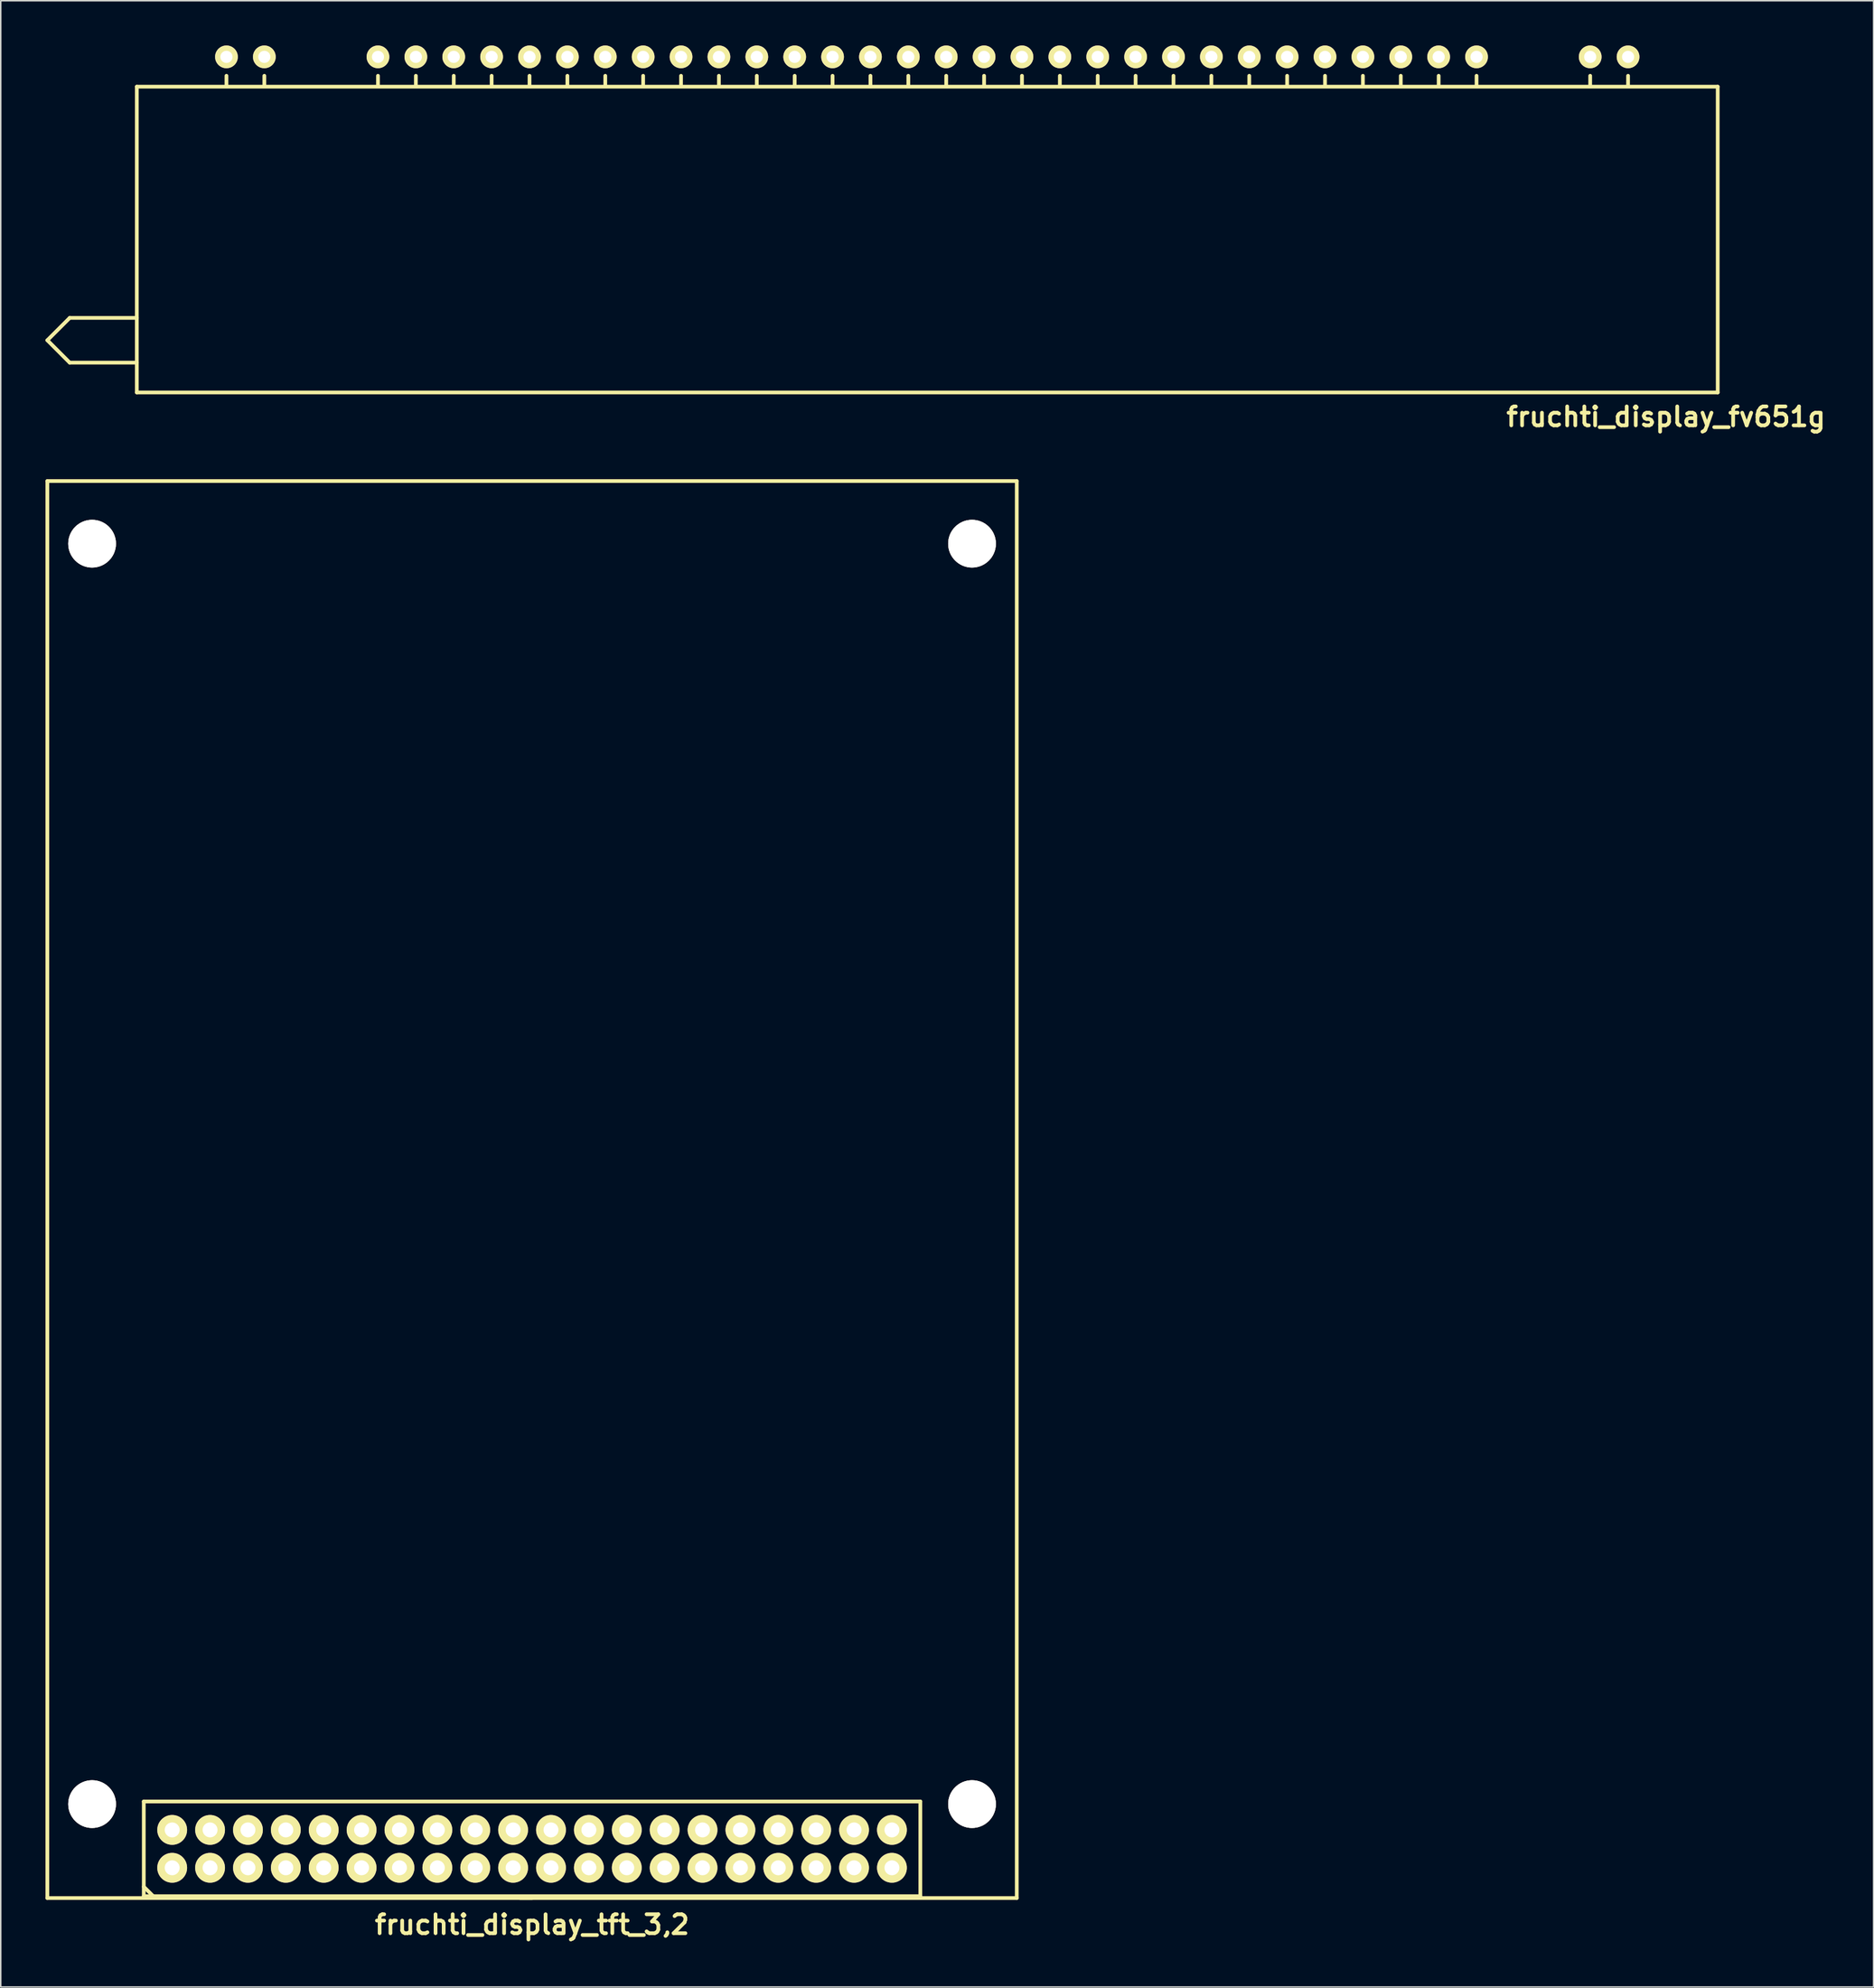
<source format=kicad_pcb>
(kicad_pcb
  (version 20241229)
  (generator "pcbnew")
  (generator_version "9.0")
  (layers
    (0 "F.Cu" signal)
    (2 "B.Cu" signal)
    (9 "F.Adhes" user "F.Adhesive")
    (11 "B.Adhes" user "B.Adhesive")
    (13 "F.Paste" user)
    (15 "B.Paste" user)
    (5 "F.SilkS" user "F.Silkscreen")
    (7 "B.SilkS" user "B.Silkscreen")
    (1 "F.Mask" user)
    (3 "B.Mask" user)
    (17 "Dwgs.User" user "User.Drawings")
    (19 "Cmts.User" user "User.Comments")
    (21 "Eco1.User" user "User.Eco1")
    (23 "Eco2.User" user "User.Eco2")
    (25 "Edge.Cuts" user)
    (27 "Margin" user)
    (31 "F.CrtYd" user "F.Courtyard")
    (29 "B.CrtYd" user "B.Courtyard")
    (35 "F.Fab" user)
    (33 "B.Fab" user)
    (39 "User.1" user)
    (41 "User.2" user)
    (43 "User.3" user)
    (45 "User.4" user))
  (footprint "fruchti_display_tft_3,2"
    (layer "F.Cu")
    (at 32.625 120.899)
    (property "Reference" "fruchti_display_tft_3,2" (at 0 5.08 0) (layer "F.SilkS") (effects (font (size 1.27 1.27) (thickness 0.25))))
    (attr through_hole)
    (fp_line (start -32.5 -91.7) (end -32.5 3.3) (stroke (width 0.25) (type solid)) (layer "F.SilkS"))
    (fp_line (start -32.5 3.3) (end 32.5 3.3) (stroke (width 0.25) (type solid)) (layer "F.SilkS"))
    (fp_line (start -26.035 -3.175) (end 26.035 -3.175) (stroke (width 0.25) (type solid)) (layer "F.SilkS"))
    (fp_line (start -26.035 2.54) (end -25.4 3.175) (stroke (width 0.25) (type solid)) (layer "F.SilkS"))
    (fp_line (start -26.035 3.175) (end -26.035 -3.175) (stroke (width 0.25) (type solid)) (layer "F.SilkS"))
    (fp_line (start 0 3.3) (end -0.8 3.3) (stroke (width 0.25) (type solid)) (layer "F.SilkS"))
    (fp_line (start 26.035 3.175) (end -26.035 3.175) (stroke (width 0.25) (type solid)) (layer "F.SilkS"))
    (fp_line (start 26.035 3.175) (end 26.035 -3.175) (stroke (width 0.25) (type solid)) (layer "F.SilkS"))
    (fp_line (start 32.5 -91.7) (end -32.5 -91.7) (stroke (width 0.25) (type solid)) (layer "F.SilkS"))
    (fp_line (start 32.5 3.3) (end 32.5 -91.7) (stroke (width 0.25) (type solid)) (layer "F.SilkS"))
    (pad "1" thru_hole circle (at -24.13 1.27) (size 1.999 1.999) (drill 1.001) (layers "*.Cu" "*.Mask" "F.SilkS"))
    (pad "2" thru_hole circle (at -21.59 1.27) (size 1.999 1.999) (drill 1.001) (layers "*.Cu" "*.Mask" "F.SilkS"))
    (pad "3" thru_hole circle (at -19.05 1.27) (size 1.999 1.999) (drill 1.001) (layers "*.Cu" "*.Mask" "F.SilkS"))
    (pad "4" thru_hole circle (at -16.51 1.27) (size 1.999 1.999) (drill 1.001) (layers "*.Cu" "*.Mask" "F.SilkS"))
    (pad "5" thru_hole circle (at -13.97 1.27) (size 1.999 1.999) (drill 1.001) (layers "*.Cu" "*.Mask" "F.SilkS"))
    (pad "6" thru_hole circle (at -11.43 1.27) (size 1.999 1.999) (drill 1.001) (layers "*.Cu" "*.Mask" "F.SilkS"))
    (pad "7" thru_hole circle (at -8.89 1.27) (size 1.999 1.999) (drill 1.001) (layers "*.Cu" "*.Mask" "F.SilkS"))
    (pad "8" thru_hole circle (at -6.35 1.27) (size 1.999 1.999) (drill 1.001) (layers "*.Cu" "*.Mask" "F.SilkS"))
    (pad "9" thru_hole circle (at -3.81 1.27) (size 1.999 1.999) (drill 1.001) (layers "*.Cu" "*.Mask" "F.SilkS"))
    (pad "10" thru_hole circle (at -1.27 1.27) (size 1.999 1.999) (drill 1.001) (layers "*.Cu" "*.Mask" "F.SilkS"))
    (pad "11" thru_hole circle (at 1.27 1.27) (size 1.999 1.999) (drill 1.001) (layers "*.Cu" "*.Mask" "F.SilkS"))
    (pad "12" thru_hole circle (at 3.81 1.27) (size 1.999 1.999) (drill 1.001) (layers "*.Cu" "*.Mask" "F.SilkS"))
    (pad "13" thru_hole circle (at 6.35 1.27) (size 1.999 1.999) (drill 1.001) (layers "*.Cu" "*.Mask" "F.SilkS"))
    (pad "14" thru_hole circle (at 8.89 1.27) (size 1.999 1.999) (drill 1.001) (layers "*.Cu" "*.Mask" "F.SilkS"))
    (pad "15" thru_hole circle (at 11.43 1.27) (size 1.999 1.999) (drill 1.001) (layers "*.Cu" "*.Mask" "F.SilkS"))
    (pad "16" thru_hole circle (at 13.97 1.27) (size 1.999 1.999) (drill 1.001) (layers "*.Cu" "*.Mask" "F.SilkS"))
    (pad "17" thru_hole circle (at 16.51 1.27) (size 1.999 1.999) (drill 1.001) (layers "*.Cu" "*.Mask" "F.SilkS"))
    (pad "18" thru_hole circle (at 19.05 1.27) (size 1.999 1.999) (drill 1.001) (layers "*.Cu" "*.Mask" "F.SilkS"))
    (pad "19" thru_hole circle (at 21.59 1.27) (size 1.999 1.999) (drill 1.001) (layers "*.Cu" "*.Mask" "F.SilkS"))
    (pad "20" thru_hole circle (at 24.13 1.27) (size 1.999 1.999) (drill 1.001) (layers "*.Cu" "*.Mask" "F.SilkS"))
    (pad "21" thru_hole circle (at -24.13 -1.27) (size 1.999 1.999) (drill 1.001) (layers "*.Cu" "*.Mask" "F.SilkS"))
    (pad "22" thru_hole circle (at -21.59 -1.27) (size 1.999 1.999) (drill 1.001) (layers "*.Cu" "*.Mask" "F.SilkS"))
    (pad "23" thru_hole circle (at -19.05 -1.27) (size 1.999 1.999) (drill 1.001) (layers "*.Cu" "*.Mask" "F.SilkS"))
    (pad "24" thru_hole circle (at -16.51 -1.27) (size 1.999 1.999) (drill 1.001) (layers "*.Cu" "*.Mask" "F.SilkS"))
    (pad "25" thru_hole circle (at -13.97 -1.27) (size 1.999 1.999) (drill 1.001) (layers "*.Cu" "*.Mask" "F.SilkS"))
    (pad "26" thru_hole circle (at -11.43 -1.27) (size 1.999 1.999) (drill 1.001) (layers "*.Cu" "*.Mask" "F.SilkS"))
    (pad "27" thru_hole circle (at -8.89 -1.27) (size 1.999 1.999) (drill 1.001) (layers "*.Cu" "*.Mask" "F.SilkS"))
    (pad "28" thru_hole circle (at -6.35 -1.27) (size 1.999 1.999) (drill 1.001) (layers "*.Cu" "*.Mask" "F.SilkS"))
    (pad "29" thru_hole circle (at -3.81 -1.27) (size 1.999 1.999) (drill 1.001) (layers "*.Cu" "*.Mask" "F.SilkS"))
    (pad "30" thru_hole circle (at -1.27 -1.27) (size 1.999 1.999) (drill 1.001) (layers "*.Cu" "*.Mask" "F.SilkS"))
    (pad "31" thru_hole circle (at 1.27 -1.27) (size 1.999 1.999) (drill 1.001) (layers "*.Cu" "*.Mask" "F.SilkS"))
    (pad "32" thru_hole circle (at 3.81 -1.27) (size 1.999 1.999) (drill 1.001) (layers "*.Cu" "*.Mask" "F.SilkS"))
    (pad "33" thru_hole circle (at 6.35 -1.27) (size 1.999 1.999) (drill 1.001) (layers "*.Cu" "*.Mask" "F.SilkS"))
    (pad "34" thru_hole circle (at 8.89 -1.27) (size 1.999 1.999) (drill 1.001) (layers "*.Cu" "*.Mask" "F.SilkS"))
    (pad "35" thru_hole circle (at 11.43 -1.27) (size 1.999 1.999) (drill 1.001) (layers "*.Cu" "*.Mask" "F.SilkS"))
    (pad "36" thru_hole circle (at 13.97 -1.27) (size 1.999 1.999) (drill 1.001) (layers "*.Cu" "*.Mask" "F.SilkS"))
    (pad "37" thru_hole circle (at 16.51 -1.27) (size 1.999 1.999) (drill 1.001) (layers "*.Cu" "*.Mask" "F.SilkS"))
    (pad "38" thru_hole circle (at 19.05 -1.27) (size 1.999 1.999) (drill 1.001) (layers "*.Cu" "*.Mask" "F.SilkS"))
    (pad "39" thru_hole circle (at 21.59 -1.27) (size 1.999 1.999) (drill 1.001) (layers "*.Cu" "*.Mask" "F.SilkS"))
    (pad "40" thru_hole circle (at 24.13 -1.27) (size 1.999 1.999) (drill 1.001) (layers "*.Cu" "*.Mask" "F.SilkS"))
    (pad "M" thru_hole circle (at -29.5 -87.5) (size 3.2 3.2) (drill 3.2) (layers "*.Cu" "*.Mask" "F.SilkS"))
    (pad "M" thru_hole circle (at -29.5 -3) (size 3.2 3.2) (drill 3.2) (layers "*.Cu" "*.Mask" "F.SilkS"))
    (pad "M" thru_hole circle (at 29.5 -87.5) (size 3.2 3.2) (drill 3.2) (layers "*.Cu" "*.Mask" "F.SilkS"))
    (pad "M" thru_hole circle (at 29.5 -3) (size 3.2 3.2) (drill 3.2) (layers "*.Cu" "*.Mask" "F.SilkS")))
  (footprint "fruchti_display_fv651g"
    (layer "F.Cu")
    (at 59.124 0.762)
    (property "Reference" "fruchti_display_fv651g" (at 49.53 24.13 0) (layer "F.SilkS") (effects (font (size 1.27 1.27) (thickness 0.25))))
    (attr through_hole)
    (fp_line (start -58.999 18.999) (end -57.501 17.501) (stroke (width 0.25) (type solid)) (layer "F.SilkS"))
    (fp_line (start -58.999 18.999) (end -57.501 20.5) (stroke (width 0.25) (type solid)) (layer "F.SilkS"))
    (fp_line (start -57.501 17.501) (end -53 17.501) (stroke (width 0.25) (type solid)) (layer "F.SilkS"))
    (fp_line (start -57.501 20.5) (end -53 20.5) (stroke (width 0.25) (type solid)) (layer "F.SilkS"))
    (fp_line (start -53 1.999) (end -53 22.499) (stroke (width 0.25) (type solid)) (layer "F.SilkS"))
    (fp_line (start -53 22.499) (end 53 22.499) (stroke (width 0.25) (type solid)) (layer "F.SilkS"))
    (fp_line (start -46.99 1.905) (end -46.99 1.27) (stroke (width 0.25) (type solid)) (layer "F.SilkS"))
    (fp_line (start -44.45 1.905) (end -44.45 1.27) (stroke (width 0.25) (type solid)) (layer "F.SilkS"))
    (fp_line (start -36.83 1.905) (end -36.83 1.27) (stroke (width 0.25) (type solid)) (layer "F.SilkS"))
    (fp_line (start -34.29 1.905) (end -34.29 1.27) (stroke (width 0.25) (type solid)) (layer "F.SilkS"))
    (fp_line (start -31.75 1.905) (end -31.75 1.27) (stroke (width 0.25) (type solid)) (layer "F.SilkS"))
    (fp_line (start -29.21 1.905) (end -29.21 1.27) (stroke (width 0.25) (type solid)) (layer "F.SilkS"))
    (fp_line (start -26.67 1.905) (end -26.67 1.27) (stroke (width 0.25) (type solid)) (layer "F.SilkS"))
    (fp_line (start -24.13 1.905) (end -24.13 1.27) (stroke (width 0.25) (type solid)) (layer "F.SilkS"))
    (fp_line (start -21.59 1.905) (end -21.59 1.27) (stroke (width 0.25) (type solid)) (layer "F.SilkS"))
    (fp_line (start -19.05 1.905) (end -19.05 1.27) (stroke (width 0.25) (type solid)) (layer "F.SilkS"))
    (fp_line (start -16.51 1.905) (end -16.51 1.27) (stroke (width 0.25) (type solid)) (layer "F.SilkS"))
    (fp_line (start -13.97 1.905) (end -13.97 1.27) (stroke (width 0.25) (type solid)) (layer "F.SilkS"))
    (fp_line (start -11.43 1.905) (end -11.43 1.27) (stroke (width 0.25) (type solid)) (layer "F.SilkS"))
    (fp_line (start -8.89 1.905) (end -8.89 1.27) (stroke (width 0.25) (type solid)) (layer "F.SilkS"))
    (fp_line (start -6.35 1.905) (end -6.35 1.27) (stroke (width 0.25) (type solid)) (layer "F.SilkS"))
    (fp_line (start -3.81 1.905) (end -3.81 1.27) (stroke (width 0.25) (type solid)) (layer "F.SilkS"))
    (fp_line (start -1.27 1.905) (end -1.27 1.27) (stroke (width 0.25) (type solid)) (layer "F.SilkS"))
    (fp_line (start 1.27 1.905) (end 1.27 1.27) (stroke (width 0.25) (type solid)) (layer "F.SilkS"))
    (fp_line (start 3.81 1.905) (end 3.81 1.27) (stroke (width 0.25) (type solid)) (layer "F.SilkS"))
    (fp_line (start 6.35 1.905) (end 6.35 1.27) (stroke (width 0.25) (type solid)) (layer "F.SilkS"))
    (fp_line (start 8.89 1.905) (end 8.89 1.27) (stroke (width 0.25) (type solid)) (layer "F.SilkS"))
    (fp_line (start 11.43 1.905) (end 11.43 1.27) (stroke (width 0.25) (type solid)) (layer "F.SilkS"))
    (fp_line (start 13.97 1.905) (end 13.97 1.27) (stroke (width 0.25) (type solid)) (layer "F.SilkS"))
    (fp_line (start 16.51 1.905) (end 16.51 1.27) (stroke (width 0.25) (type solid)) (layer "F.SilkS"))
    (fp_line (start 19.05 1.905) (end 19.05 1.27) (stroke (width 0.25) (type solid)) (layer "F.SilkS"))
    (fp_line (start 21.59 1.905) (end 21.59 1.27) (stroke (width 0.25) (type solid)) (layer "F.SilkS"))
    (fp_line (start 24.13 1.905) (end 24.13 1.27) (stroke (width 0.25) (type solid)) (layer "F.SilkS"))
    (fp_line (start 26.67 1.905) (end 26.67 1.27) (stroke (width 0.25) (type solid)) (layer "F.SilkS"))
    (fp_line (start 29.21 1.905) (end 29.21 1.27) (stroke (width 0.25) (type solid)) (layer "F.SilkS"))
    (fp_line (start 31.75 1.905) (end 31.75 1.27) (stroke (width 0.25) (type solid)) (layer "F.SilkS"))
    (fp_line (start 34.29 1.905) (end 34.29 1.27) (stroke (width 0.25) (type solid)) (layer "F.SilkS"))
    (fp_line (start 36.83 1.905) (end 36.83 1.27) (stroke (width 0.25) (type solid)) (layer "F.SilkS"))
    (fp_line (start 44.45 1.905) (end 44.45 1.27) (stroke (width 0.25) (type solid)) (layer "F.SilkS"))
    (fp_line (start 46.99 1.905) (end 46.99 1.27) (stroke (width 0.25) (type solid)) (layer "F.SilkS"))
    (fp_line (start 53 1.999) (end -53 1.999) (stroke (width 0.25) (type solid)) (layer "F.SilkS"))
    (fp_line (start 53 22.499) (end 53 1.999) (stroke (width 0.25) (type solid)) (layer "F.SilkS"))
    (pad "1" thru_hole circle (at 46.99 0) (size 1.524 1.524) (drill 0.813) (layers "*.Cu" "*.Mask" "F.SilkS"))
    (pad "2" thru_hole circle (at 44.45 0) (size 1.524 1.524) (drill 0.813) (layers "*.Cu" "*.Mask" "F.SilkS"))
    (pad "5" thru_hole circle (at 36.83 0) (size 1.524 1.524) (drill 0.813) (layers "*.Cu" "*.Mask" "F.SilkS"))
    (pad "6" thru_hole circle (at 34.29 0) (size 1.524 1.524) (drill 0.813) (layers "*.Cu" "*.Mask" "F.SilkS"))
    (pad "7" thru_hole circle (at 31.75 0) (size 1.524 1.524) (drill 0.813) (layers "*.Cu" "*.Mask" "F.SilkS"))
    (pad "8" thru_hole circle (at 29.21 0) (size 1.524 1.524) (drill 0.813) (layers "*.Cu" "*.Mask" "F.SilkS"))
    (pad "9" thru_hole circle (at 26.67 0) (size 1.524 1.524) (drill 0.813) (layers "*.Cu" "*.Mask" "F.SilkS"))
    (pad "10" thru_hole circle (at 24.13 0) (size 1.524 1.524) (drill 0.813) (layers "*.Cu" "*.Mask" "F.SilkS"))
    (pad "11" thru_hole circle (at 21.59 0) (size 1.524 1.524) (drill 0.813) (layers "*.Cu" "*.Mask" "F.SilkS"))
    (pad "12" thru_hole circle (at 19.05 0) (size 1.524 1.524) (drill 0.813) (layers "*.Cu" "*.Mask" "F.SilkS"))
    (pad "13" thru_hole circle (at 16.51 0) (size 1.524 1.524) (drill 0.813) (layers "*.Cu" "*.Mask" "F.SilkS"))
    (pad "14" thru_hole circle (at 13.97 0) (size 1.524 1.524) (drill 0.813) (layers "*.Cu" "*.Mask" "F.SilkS"))
    (pad "15" thru_hole circle (at 11.43 0) (size 1.524 1.524) (drill 0.813) (layers "*.Cu" "*.Mask" "F.SilkS"))
    (pad "16" thru_hole circle (at 8.89 0) (size 1.524 1.524) (drill 0.813) (layers "*.Cu" "*.Mask" "F.SilkS"))
    (pad "17" thru_hole circle (at 6.35 0) (size 1.524 1.524) (drill 0.813) (layers "*.Cu" "*.Mask" "F.SilkS"))
    (pad "18" thru_hole circle (at 3.81 0) (size 1.524 1.524) (drill 0.813) (layers "*.Cu" "*.Mask" "F.SilkS"))
    (pad "19" thru_hole circle (at 1.27 0) (size 1.524 1.524) (drill 0.813) (layers "*.Cu" "*.Mask" "F.SilkS"))
    (pad "20" thru_hole circle (at -1.27 0) (size 1.524 1.524) (drill 0.813) (layers "*.Cu" "*.Mask" "F.SilkS"))
    (pad "21" thru_hole circle (at -3.81 0) (size 1.524 1.524) (drill 0.813) (layers "*.Cu" "*.Mask" "F.SilkS"))
    (pad "22" thru_hole circle (at -6.35 0) (size 1.524 1.524) (drill 0.813) (layers "*.Cu" "*.Mask" "F.SilkS"))
    (pad "23" thru_hole circle (at -8.89 0) (size 1.524 1.524) (drill 0.813) (layers "*.Cu" "*.Mask" "F.SilkS"))
    (pad "24" thru_hole circle (at -11.43 0) (size 1.524 1.524) (drill 0.813) (layers "*.Cu" "*.Mask" "F.SilkS"))
    (pad "25" thru_hole circle (at -13.97 0) (size 1.524 1.524) (drill 0.813) (layers "*.Cu" "*.Mask" "F.SilkS"))
    (pad "26" thru_hole circle (at -16.51 0) (size 1.524 1.524) (drill 0.813) (layers "*.Cu" "*.Mask" "F.SilkS"))
    (pad "27" thru_hole circle (at -19.05 0) (size 1.524 1.524) (drill 0.813) (layers "*.Cu" "*.Mask" "F.SilkS"))
    (pad "28" thru_hole circle (at -21.59 0) (size 1.524 1.524) (drill 0.813) (layers "*.Cu" "*.Mask" "F.SilkS"))
    (pad "29" thru_hole circle (at -24.13 0) (size 1.524 1.524) (drill 0.813) (layers "*.Cu" "*.Mask" "F.SilkS"))
    (pad "30" thru_hole circle (at -26.67 0) (size 1.524 1.524) (drill 0.813) (layers "*.Cu" "*.Mask" "F.SilkS"))
    (pad "31" thru_hole circle (at -29.21 0) (size 1.524 1.524) (drill 0.813) (layers "*.Cu" "*.Mask" "F.SilkS"))
    (pad "32" thru_hole circle (at -31.75 0) (size 1.524 1.524) (drill 0.813) (layers "*.Cu" "*.Mask" "F.SilkS"))
    (pad "33" thru_hole circle (at -34.29 0) (size 1.524 1.524) (drill 0.813) (layers "*.Cu" "*.Mask" "F.SilkS"))
    (pad "34" thru_hole circle (at -36.83 0) (size 1.524 1.524) (drill 0.813) (layers "*.Cu" "*.Mask" "F.SilkS"))
    (pad "37" thru_hole circle (at -44.45 0) (size 1.524 1.524) (drill 0.813) (layers "*.Cu" "*.Mask" "F.SilkS"))
    (pad "38" thru_hole circle (at -46.99 0) (size 1.524 1.524) (drill 0.813) (layers "*.Cu" "*.Mask" "F.SilkS")))
  (gr_rect
    (start -3 -3)
    (end 122.576 130.16)
    (stroke (width 0.1) (type default))
    (fill no)
    (layer "Edge.Cuts")))
</source>
